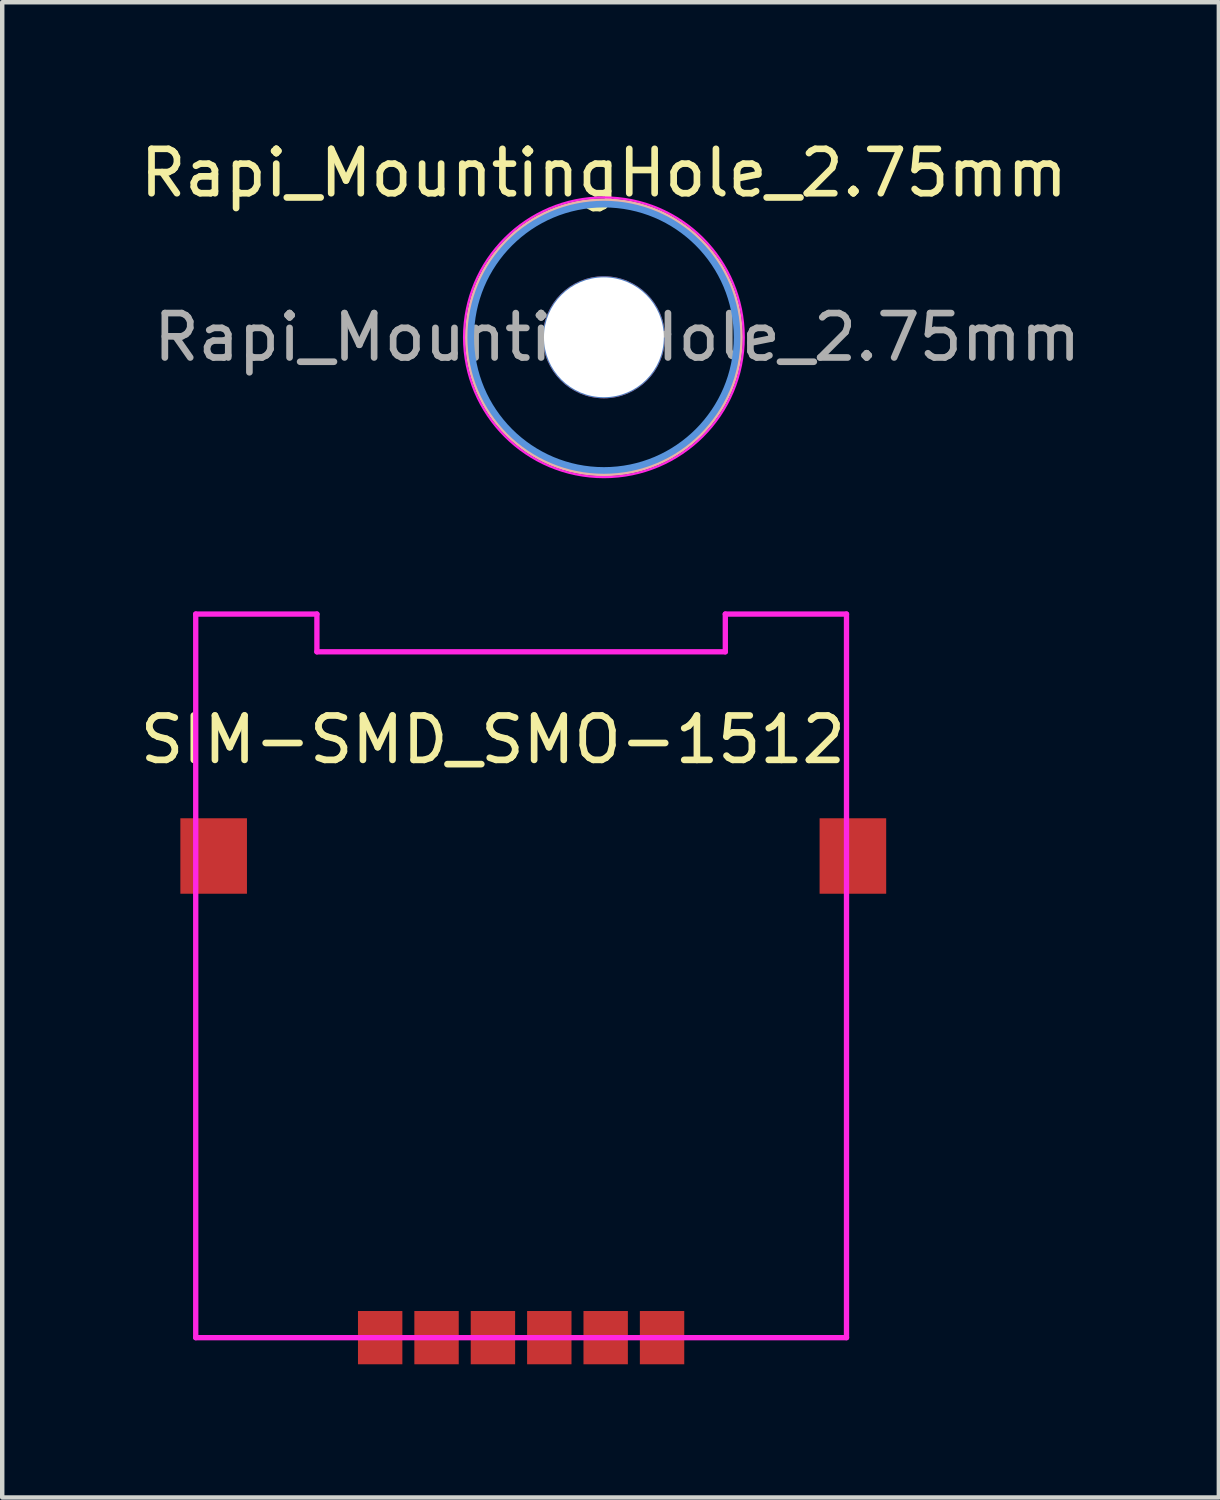
<source format=kicad_pcb>
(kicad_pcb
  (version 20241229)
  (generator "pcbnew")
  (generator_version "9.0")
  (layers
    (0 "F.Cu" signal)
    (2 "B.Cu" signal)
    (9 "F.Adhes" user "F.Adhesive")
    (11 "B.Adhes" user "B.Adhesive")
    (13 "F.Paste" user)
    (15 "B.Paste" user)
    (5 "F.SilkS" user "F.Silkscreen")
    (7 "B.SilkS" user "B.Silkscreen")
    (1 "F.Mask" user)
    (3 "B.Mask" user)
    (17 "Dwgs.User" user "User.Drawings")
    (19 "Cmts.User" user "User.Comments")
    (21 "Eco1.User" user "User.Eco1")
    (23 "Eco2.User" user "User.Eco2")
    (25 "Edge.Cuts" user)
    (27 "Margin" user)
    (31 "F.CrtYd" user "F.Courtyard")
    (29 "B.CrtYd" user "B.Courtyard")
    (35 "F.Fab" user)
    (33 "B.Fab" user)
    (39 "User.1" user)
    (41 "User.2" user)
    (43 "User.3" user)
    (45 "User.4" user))
  (footprint "SIM-SMD_SMO-1512"
    (layer "F.Cu")
    (at 8.689 27.083)
    (property "Reference" "SIM-SMD_SMO-1512" (at -0.635 -13.47 0) (layer "F.SilkS") (effects (font (size 1 1) (thickness 0.15))))
    (fp_line (start -7.33 -16.3) (end -4.6 -16.3) (stroke (width 0.12) (type solid)) (layer "F.CrtYd"))
    (fp_line (start -7.33 0) (end -7.33 -16.3) (stroke (width 0.12) (type solid)) (layer "F.CrtYd"))
    (fp_line (start -7.33 0) (end 7.33 0) (stroke (width 0.12) (type solid)) (layer "F.CrtYd"))
    (fp_line (start -4.6 -15.45) (end -4.6 -16.3) (stroke (width 0.12) (type solid)) (layer "F.CrtYd"))
    (fp_line (start -4.6 -15.45) (end 4.6 -15.45) (stroke (width 0.12) (type solid)) (layer "F.CrtYd"))
    (fp_line (start 4.6 -16.3) (end 7.33 -16.3) (stroke (width 0.12) (type solid)) (layer "F.CrtYd"))
    (fp_line (start 4.6 -15.45) (end 4.6 -16.3) (stroke (width 0.12) (type solid)) (layer "F.CrtYd"))
    (fp_line (start 7.33 0) (end 7.33 -16.3) (stroke (width 0.12) (type solid)) (layer "F.CrtYd"))
    (pad "1" smd rect (at -1.905 0) (size 1 1.2) (layers "F.Cu" "F.Mask" "F.Paste"))
    (pad "2" smd rect (at 0.635 0) (size 1 1.2) (layers "F.Cu" "F.Mask" "F.Paste"))
    (pad "3" smd rect (at 3.175 0) (size 1 1.2) (layers "F.Cu" "F.Mask" "F.Paste"))
    (pad "5" smd rect (at -3.175 0) (size 1 1.2) (layers "F.Cu" "F.Mask" "F.Paste"))
    (pad "6" smd rect (at -0.635 0) (size 1 1.2) (layers "F.Cu" "F.Mask" "F.Paste"))
    (pad "7" smd rect (at 1.905 0) (size 1 1.2) (layers "F.Cu" "F.Mask" "F.Paste"))
    (pad "8" smd rect (at -6.926 -10.85) (size 1.5 1.7) (layers "F.Cu" "F.Mask" "F.Paste"))
    (pad "9" smd rect (at 7.474 -10.85) (size 1.5 1.7) (layers "F.Cu" "F.Mask" "F.Paste")))
  (footprint "Rapi_MountingHole_2.75mm"
    (layer "F.Cu")
    (at 10.554 4.548)
    (property "Reference" "Rapi_MountingHole_2.75mm" (at 0 -3.7 0) (layer "F.SilkS") (effects (font (size 1 1) (thickness 0.15))))
    (attr exclude_from_pos_files exclude_from_bom)
    (fp_circle (center 0 0) (end 3.05 0) (stroke (width 0.15) (type solid)) (fill no) (layer "F.SilkS"))
    (fp_circle (center 0 0) (end 3.05 0) (stroke (width 0.15) (type solid)) (fill no) (layer "B.SilkS"))
    (fp_circle (center 0 0) (end 3 0) (stroke (width 0.15) (type solid)) (fill no) (layer "Cmts.User"))
    (fp_circle (center 0 0) (end 3.15 0) (stroke (width 0.05) (type solid)) (fill no) (layer "F.CrtYd"))
    (fp_text user "${REFERENCE}" (at 0.3 0 0) (layer "F.Fab") (effects (font (size 1 1) (thickness 0.15))))
    (pad "" np_thru_hole circle (at 0 0) (size 2.75 2.75) (drill 2.7) (layers "*.Cu" "*.Mask")))
  (gr_rect
    (start -3 -3)
    (end 24.407 30.683)
    (stroke (width 0.1) (type default))
    (fill no)
    (layer "Edge.Cuts")))
</source>
